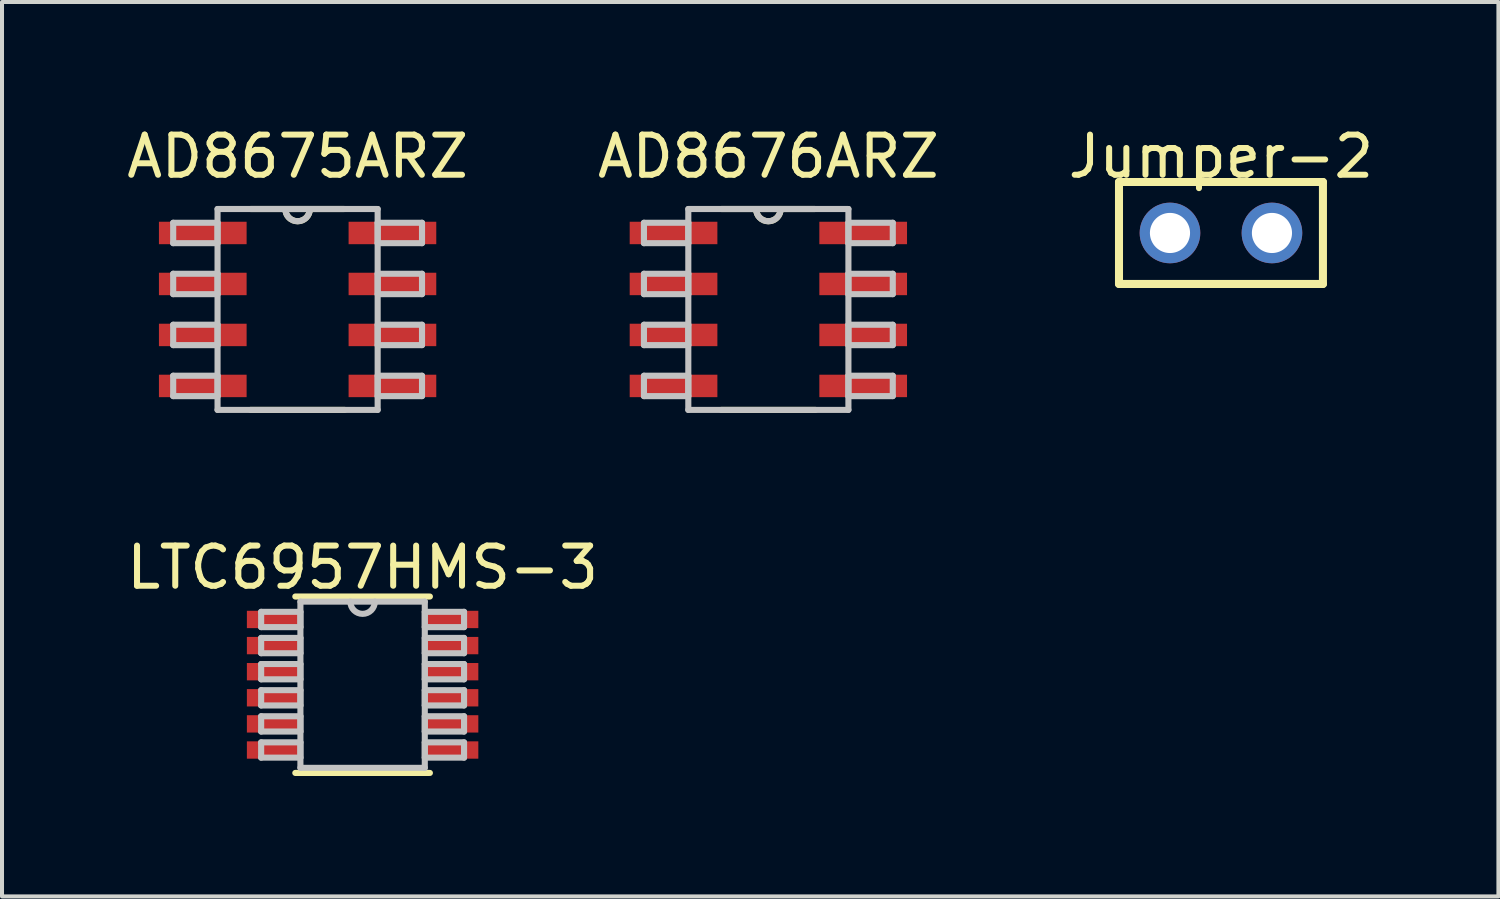
<source format=kicad_pcb>
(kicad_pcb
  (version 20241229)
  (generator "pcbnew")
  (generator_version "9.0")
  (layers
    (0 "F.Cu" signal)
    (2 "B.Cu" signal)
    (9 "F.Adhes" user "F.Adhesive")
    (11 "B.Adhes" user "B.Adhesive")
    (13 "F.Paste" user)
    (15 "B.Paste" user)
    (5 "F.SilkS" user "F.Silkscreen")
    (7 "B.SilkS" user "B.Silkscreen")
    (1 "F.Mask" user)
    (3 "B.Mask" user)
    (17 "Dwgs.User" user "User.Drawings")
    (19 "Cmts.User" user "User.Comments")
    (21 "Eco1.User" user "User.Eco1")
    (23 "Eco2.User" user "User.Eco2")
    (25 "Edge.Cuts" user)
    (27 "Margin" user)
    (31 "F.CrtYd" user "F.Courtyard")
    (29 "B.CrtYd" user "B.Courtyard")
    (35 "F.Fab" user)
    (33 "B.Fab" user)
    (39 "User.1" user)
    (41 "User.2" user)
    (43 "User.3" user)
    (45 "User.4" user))
  (footprint "AD8675ARZ"
    (layer "F.Cu")
    (at 4.363 4.658)
    (property "Reference" "AD8675ARZ" (at 0 -3.81 0) (layer "F.SilkS") (effects (font (size 1 1) (thickness 0.15))))
    (attr through_hole)
    (fp_line (start -1.17 2.502) (end 1.17 2.502) (stroke (width 0.152) (type solid)) (layer "F.SilkS"))
    (fp_line (start 1.17 -2.502) (end -1.17 -2.502) (stroke (width 0.152) (type solid)) (layer "F.SilkS"))
    (fp_arc (start 0.3048 -2.5019) (mid 0 -2.1971) (end -0.3048 -2.5019) (stroke (width 0.1524) (type solid)) (layer "F.SilkS"))
    (fp_line (start -3.099 -2.159) (end -3.099 -1.651) (stroke (width 0.152) (type solid)) (layer "Dwgs.User"))
    (fp_line (start -3.099 -1.651) (end -1.994 -1.651) (stroke (width 0.152) (type solid)) (layer "Dwgs.User"))
    (fp_line (start -3.099 -0.889) (end -3.099 -0.381) (stroke (width 0.152) (type solid)) (layer "Dwgs.User"))
    (fp_line (start -3.099 -0.381) (end -1.994 -0.381) (stroke (width 0.152) (type solid)) (layer "Dwgs.User"))
    (fp_line (start -3.099 0.381) (end -3.099 0.889) (stroke (width 0.152) (type solid)) (layer "Dwgs.User"))
    (fp_line (start -3.099 0.889) (end -1.994 0.889) (stroke (width 0.152) (type solid)) (layer "Dwgs.User"))
    (fp_line (start -3.099 1.651) (end -3.099 2.159) (stroke (width 0.152) (type solid)) (layer "Dwgs.User"))
    (fp_line (start -3.099 2.159) (end -1.994 2.159) (stroke (width 0.152) (type solid)) (layer "Dwgs.User"))
    (fp_line (start -1.994 -2.502) (end -1.994 2.502) (stroke (width 0.152) (type solid)) (layer "Dwgs.User"))
    (fp_line (start -1.994 -2.159) (end -3.099 -2.159) (stroke (width 0.152) (type solid)) (layer "Dwgs.User"))
    (fp_line (start -1.994 -1.651) (end -1.994 -2.159) (stroke (width 0.152) (type solid)) (layer "Dwgs.User"))
    (fp_line (start -1.994 -0.889) (end -3.099 -0.889) (stroke (width 0.152) (type solid)) (layer "Dwgs.User"))
    (fp_line (start -1.994 -0.381) (end -1.994 -0.889) (stroke (width 0.152) (type solid)) (layer "Dwgs.User"))
    (fp_line (start -1.994 0.381) (end -3.099 0.381) (stroke (width 0.152) (type solid)) (layer "Dwgs.User"))
    (fp_line (start -1.994 0.889) (end -1.994 0.381) (stroke (width 0.152) (type solid)) (layer "Dwgs.User"))
    (fp_line (start -1.994 1.651) (end -3.099 1.651) (stroke (width 0.152) (type solid)) (layer "Dwgs.User"))
    (fp_line (start -1.994 2.159) (end -1.994 1.651) (stroke (width 0.152) (type solid)) (layer "Dwgs.User"))
    (fp_line (start -1.994 2.502) (end 1.994 2.502) (stroke (width 0.152) (type solid)) (layer "Dwgs.User"))
    (fp_line (start 1.994 -2.502) (end -1.994 -2.502) (stroke (width 0.152) (type solid)) (layer "Dwgs.User"))
    (fp_line (start 1.994 -2.159) (end 1.994 -1.651) (stroke (width 0.152) (type solid)) (layer "Dwgs.User"))
    (fp_line (start 1.994 -1.651) (end 3.099 -1.651) (stroke (width 0.152) (type solid)) (layer "Dwgs.User"))
    (fp_line (start 1.994 -0.889) (end 1.994 -0.381) (stroke (width 0.152) (type solid)) (layer "Dwgs.User"))
    (fp_line (start 1.994 -0.381) (end 3.099 -0.381) (stroke (width 0.152) (type solid)) (layer "Dwgs.User"))
    (fp_line (start 1.994 0.381) (end 1.994 0.889) (stroke (width 0.152) (type solid)) (layer "Dwgs.User"))
    (fp_line (start 1.994 0.889) (end 3.099 0.889) (stroke (width 0.152) (type solid)) (layer "Dwgs.User"))
    (fp_line (start 1.994 1.651) (end 1.994 2.159) (stroke (width 0.152) (type solid)) (layer "Dwgs.User"))
    (fp_line (start 1.994 2.159) (end 3.099 2.159) (stroke (width 0.152) (type solid)) (layer "Dwgs.User"))
    (fp_line (start 1.994 2.502) (end 1.994 -2.502) (stroke (width 0.152) (type solid)) (layer "Dwgs.User"))
    (fp_line (start 3.099 -2.159) (end 1.994 -2.159) (stroke (width 0.152) (type solid)) (layer "Dwgs.User"))
    (fp_line (start 3.099 -1.651) (end 3.099 -2.159) (stroke (width 0.152) (type solid)) (layer "Dwgs.User"))
    (fp_line (start 3.099 -0.889) (end 1.994 -0.889) (stroke (width 0.152) (type solid)) (layer "Dwgs.User"))
    (fp_line (start 3.099 -0.381) (end 3.099 -0.889) (stroke (width 0.152) (type solid)) (layer "Dwgs.User"))
    (fp_line (start 3.099 0.381) (end 1.994 0.381) (stroke (width 0.152) (type solid)) (layer "Dwgs.User"))
    (fp_line (start 3.099 0.889) (end 3.099 0.381) (stroke (width 0.152) (type solid)) (layer "Dwgs.User"))
    (fp_line (start 3.099 1.651) (end 1.994 1.651) (stroke (width 0.152) (type solid)) (layer "Dwgs.User"))
    (fp_line (start 3.099 2.159) (end 3.099 1.651) (stroke (width 0.152) (type solid)) (layer "Dwgs.User"))
    (fp_arc (start 0.3048 -2.5019) (mid 0 -2.1971) (end -0.3048 -2.5019) (stroke (width 0.1524) (type solid)) (layer "Dwgs.User"))
    (pad "1" smd rect (at -2.362 -1.905) (size 2.184 0.559) (layers "F.Cu" "F.Mask" "F.Paste"))
    (pad "2" smd rect (at -2.362 -0.635) (size 2.184 0.559) (layers "F.Cu" "F.Mask" "F.Paste"))
    (pad "3" smd rect (at -2.362 0.635) (size 2.184 0.559) (layers "F.Cu" "F.Mask" "F.Paste"))
    (pad "4" smd rect (at -2.362 1.905) (size 2.184 0.559) (layers "F.Cu" "F.Mask" "F.Paste"))
    (pad "5" smd rect (at 2.362 1.905) (size 2.184 0.559) (layers "F.Cu" "F.Mask" "F.Paste"))
    (pad "6" smd rect (at 2.362 0.635) (size 2.184 0.559) (layers "F.Cu" "F.Mask" "F.Paste"))
    (pad "7" smd rect (at 2.362 -0.635) (size 2.184 0.559) (layers "F.Cu" "F.Mask" "F.Paste"))
    (pad "8" smd rect (at 2.362 -1.905) (size 2.184 0.559) (layers "F.Cu" "F.Mask" "F.Paste")))
  (footprint "LTC6957HMS-3"
    (layer "F.Cu")
    (at 5.982 14.006)
    (property "Reference" "LTC6957HMS-3" (at 0 -2.921 0) (layer "F.SilkS") (effects (font (size 1 1) (thickness 0.15))))
    (attr through_hole)
    (fp_line (start -1.676 2.197) (end 1.676 2.197) (stroke (width 0.152) (type solid)) (layer "F.SilkS"))
    (fp_line (start 1.676 -2.197) (end -1.676 -2.197) (stroke (width 0.152) (type solid)) (layer "F.SilkS"))
    (fp_line (start -2.527 -1.816) (end -2.527 -1.435) (stroke (width 0.152) (type solid)) (layer "Dwgs.User"))
    (fp_line (start -2.527 -1.435) (end -1.549 -1.435) (stroke (width 0.152) (type solid)) (layer "Dwgs.User"))
    (fp_line (start -2.527 -1.166) (end -2.527 -0.785) (stroke (width 0.152) (type solid)) (layer "Dwgs.User"))
    (fp_line (start -2.527 -0.785) (end -1.549 -0.785) (stroke (width 0.152) (type solid)) (layer "Dwgs.User"))
    (fp_line (start -2.527 -0.516) (end -2.527 -0.135) (stroke (width 0.152) (type solid)) (layer "Dwgs.User"))
    (fp_line (start -2.527 -0.135) (end -1.549 -0.135) (stroke (width 0.152) (type solid)) (layer "Dwgs.User"))
    (fp_line (start -2.527 0.135) (end -2.527 0.516) (stroke (width 0.152) (type solid)) (layer "Dwgs.User"))
    (fp_line (start -2.527 0.516) (end -1.549 0.516) (stroke (width 0.152) (type solid)) (layer "Dwgs.User"))
    (fp_line (start -2.527 0.785) (end -2.527 1.166) (stroke (width 0.152) (type solid)) (layer "Dwgs.User"))
    (fp_line (start -2.527 1.166) (end -1.549 1.166) (stroke (width 0.152) (type solid)) (layer "Dwgs.User"))
    (fp_line (start -2.527 1.435) (end -2.527 1.816) (stroke (width 0.152) (type solid)) (layer "Dwgs.User"))
    (fp_line (start -2.527 1.816) (end -1.549 1.816) (stroke (width 0.152) (type solid)) (layer "Dwgs.User"))
    (fp_line (start -1.549 -2.07) (end -1.549 2.07) (stroke (width 0.152) (type solid)) (layer "Dwgs.User"))
    (fp_line (start -1.549 -1.816) (end -2.527 -1.816) (stroke (width 0.152) (type solid)) (layer "Dwgs.User"))
    (fp_line (start -1.549 -1.435) (end -1.549 -1.816) (stroke (width 0.152) (type solid)) (layer "Dwgs.User"))
    (fp_line (start -1.549 -1.166) (end -2.527 -1.166) (stroke (width 0.152) (type solid)) (layer "Dwgs.User"))
    (fp_line (start -1.549 -0.785) (end -1.549 -1.166) (stroke (width 0.152) (type solid)) (layer "Dwgs.User"))
    (fp_line (start -1.549 -0.516) (end -2.527 -0.516) (stroke (width 0.152) (type solid)) (layer "Dwgs.User"))
    (fp_line (start -1.549 -0.135) (end -1.549 -0.516) (stroke (width 0.152) (type solid)) (layer "Dwgs.User"))
    (fp_line (start -1.549 0.135) (end -2.527 0.135) (stroke (width 0.152) (type solid)) (layer "Dwgs.User"))
    (fp_line (start -1.549 0.516) (end -1.549 0.135) (stroke (width 0.152) (type solid)) (layer "Dwgs.User"))
    (fp_line (start -1.549 0.785) (end -2.527 0.785) (stroke (width 0.152) (type solid)) (layer "Dwgs.User"))
    (fp_line (start -1.549 1.166) (end -1.549 0.785) (stroke (width 0.152) (type solid)) (layer "Dwgs.User"))
    (fp_line (start -1.549 1.435) (end -2.527 1.435) (stroke (width 0.152) (type solid)) (layer "Dwgs.User"))
    (fp_line (start -1.549 1.816) (end -1.549 1.435) (stroke (width 0.152) (type solid)) (layer "Dwgs.User"))
    (fp_line (start -1.549 2.07) (end 1.549 2.07) (stroke (width 0.152) (type solid)) (layer "Dwgs.User"))
    (fp_line (start 1.549 -2.07) (end -1.549 -2.07) (stroke (width 0.152) (type solid)) (layer "Dwgs.User"))
    (fp_line (start 1.549 -1.816) (end 1.549 -1.435) (stroke (width 0.152) (type solid)) (layer "Dwgs.User"))
    (fp_line (start 1.549 -1.435) (end 2.527 -1.435) (stroke (width 0.152) (type solid)) (layer "Dwgs.User"))
    (fp_line (start 1.549 -1.166) (end 1.549 -0.785) (stroke (width 0.152) (type solid)) (layer "Dwgs.User"))
    (fp_line (start 1.549 -0.785) (end 2.527 -0.785) (stroke (width 0.152) (type solid)) (layer "Dwgs.User"))
    (fp_line (start 1.549 -0.516) (end 1.549 -0.135) (stroke (width 0.152) (type solid)) (layer "Dwgs.User"))
    (fp_line (start 1.549 -0.135) (end 2.527 -0.135) (stroke (width 0.152) (type solid)) (layer "Dwgs.User"))
    (fp_line (start 1.549 0.135) (end 1.549 0.516) (stroke (width 0.152) (type solid)) (layer "Dwgs.User"))
    (fp_line (start 1.549 0.516) (end 2.527 0.516) (stroke (width 0.152) (type solid)) (layer "Dwgs.User"))
    (fp_line (start 1.549 0.785) (end 1.549 1.166) (stroke (width 0.152) (type solid)) (layer "Dwgs.User"))
    (fp_line (start 1.549 1.166) (end 2.527 1.166) (stroke (width 0.152) (type solid)) (layer "Dwgs.User"))
    (fp_line (start 1.549 1.435) (end 1.549 1.816) (stroke (width 0.152) (type solid)) (layer "Dwgs.User"))
    (fp_line (start 1.549 1.816) (end 2.527 1.816) (stroke (width 0.152) (type solid)) (layer "Dwgs.User"))
    (fp_line (start 1.549 2.07) (end 1.549 -2.07) (stroke (width 0.152) (type solid)) (layer "Dwgs.User"))
    (fp_line (start 2.527 -1.816) (end 1.549 -1.816) (stroke (width 0.152) (type solid)) (layer "Dwgs.User"))
    (fp_line (start 2.527 -1.435) (end 2.527 -1.816) (stroke (width 0.152) (type solid)) (layer "Dwgs.User"))
    (fp_line (start 2.527 -1.166) (end 1.549 -1.166) (stroke (width 0.152) (type solid)) (layer "Dwgs.User"))
    (fp_line (start 2.527 -0.785) (end 2.527 -1.166) (stroke (width 0.152) (type solid)) (layer "Dwgs.User"))
    (fp_line (start 2.527 -0.516) (end 1.549 -0.516) (stroke (width 0.152) (type solid)) (layer "Dwgs.User"))
    (fp_line (start 2.527 -0.135) (end 2.527 -0.516) (stroke (width 0.152) (type solid)) (layer "Dwgs.User"))
    (fp_line (start 2.527 0.135) (end 1.549 0.135) (stroke (width 0.152) (type solid)) (layer "Dwgs.User"))
    (fp_line (start 2.527 0.516) (end 2.527 0.135) (stroke (width 0.152) (type solid)) (layer "Dwgs.User"))
    (fp_line (start 2.527 0.785) (end 1.549 0.785) (stroke (width 0.152) (type solid)) (layer "Dwgs.User"))
    (fp_line (start 2.527 1.166) (end 2.527 0.785) (stroke (width 0.152) (type solid)) (layer "Dwgs.User"))
    (fp_line (start 2.527 1.435) (end 1.549 1.435) (stroke (width 0.152) (type solid)) (layer "Dwgs.User"))
    (fp_line (start 2.527 1.816) (end 2.527 1.435) (stroke (width 0.152) (type solid)) (layer "Dwgs.User"))
    (fp_arc (start 0.3048 -2.0701) (mid 0 -1.7653) (end -0.3048 -2.0701) (stroke (width 0.1524) (type solid)) (layer "Dwgs.User"))
    (pad "1" smd rect (at -2.184 -1.626) (size 1.397 0.432) (layers "F.Cu" "F.Mask" "F.Paste"))
    (pad "2" smd rect (at -2.184 -0.975) (size 1.397 0.432) (layers "F.Cu" "F.Mask" "F.Paste"))
    (pad "3" smd rect (at -2.184 -0.325) (size 1.397 0.432) (layers "F.Cu" "F.Mask" "F.Paste"))
    (pad "4" smd rect (at -2.184 0.325) (size 1.397 0.432) (layers "F.Cu" "F.Mask" "F.Paste"))
    (pad "5" smd rect (at -2.184 0.975) (size 1.397 0.432) (layers "F.Cu" "F.Mask" "F.Paste"))
    (pad "6" smd rect (at -2.184 1.626) (size 1.397 0.432) (layers "F.Cu" "F.Mask" "F.Paste"))
    (pad "7" smd rect (at 2.184 1.626) (size 1.397 0.432) (layers "F.Cu" "F.Mask" "F.Paste"))
    (pad "8" smd rect (at 2.184 0.975) (size 1.397 0.432) (layers "F.Cu" "F.Mask" "F.Paste"))
    (pad "9" smd rect (at 2.184 0.325) (size 1.397 0.432) (layers "F.Cu" "F.Mask" "F.Paste"))
    (pad "10" smd rect (at 2.184 -0.325) (size 1.397 0.432) (layers "F.Cu" "F.Mask" "F.Paste"))
    (pad "11" smd rect (at 2.184 -0.975) (size 1.397 0.432) (layers "F.Cu" "F.Mask" "F.Paste"))
    (pad "12" smd rect (at 2.184 -1.626) (size 1.397 0.432) (layers "F.Cu" "F.Mask" "F.Paste")))
  (footprint "Jumper-2"
    (layer "F.Cu")
    (at 27.363 2.753)
    (property "Reference" "Jumper-2" (at 0 -1.905 0) (layer "F.SilkS") (effects (font (size 1 1) (thickness 0.15))))
    (attr through_hole)
    (fp_line (start -2.54 -1.27) (end 2.54 -1.27) (stroke (width 0.2) (type solid)) (layer "F.SilkS"))
    (fp_line (start -2.54 1.27) (end -2.54 -1.27) (stroke (width 0.2) (type solid)) (layer "F.SilkS"))
    (fp_line (start 2.54 -1.27) (end 2.54 1.27) (stroke (width 0.2) (type solid)) (layer "F.SilkS"))
    (fp_line (start 2.54 1.27) (end -2.54 1.27) (stroke (width 0.2) (type solid)) (layer "F.SilkS"))
    (pad "1" thru_hole circle (at -1.27 0) (size 1.51 1.51) (drill 1) (layers "*.Cu" "*.Mask"))
    (pad "2" thru_hole circle (at 1.27 0) (size 1.51 1.51) (drill 1) (layers "*.Cu" "*.Mask")))
  (footprint "AD8676ARZ"
    (layer "F.Cu")
    (at 16.089 4.658)
    (property "Reference" "AD8676ARZ" (at 0 -3.81 0) (layer "F.SilkS") (effects (font (size 1 1) (thickness 0.15))))
    (attr through_hole)
    (fp_line (start -1.17 2.502) (end 1.17 2.502) (stroke (width 0.152) (type solid)) (layer "F.SilkS"))
    (fp_line (start 1.17 -2.502) (end -1.17 -2.502) (stroke (width 0.152) (type solid)) (layer "F.SilkS"))
    (fp_arc (start 0.3048 -2.5019) (mid 0 -2.1971) (end -0.3048 -2.5019) (stroke (width 0.1524) (type solid)) (layer "F.SilkS"))
    (fp_line (start -3.099 -2.159) (end -3.099 -1.651) (stroke (width 0.152) (type solid)) (layer "Dwgs.User"))
    (fp_line (start -3.099 -1.651) (end -1.994 -1.651) (stroke (width 0.152) (type solid)) (layer "Dwgs.User"))
    (fp_line (start -3.099 -0.889) (end -3.099 -0.381) (stroke (width 0.152) (type solid)) (layer "Dwgs.User"))
    (fp_line (start -3.099 -0.381) (end -1.994 -0.381) (stroke (width 0.152) (type solid)) (layer "Dwgs.User"))
    (fp_line (start -3.099 0.381) (end -3.099 0.889) (stroke (width 0.152) (type solid)) (layer "Dwgs.User"))
    (fp_line (start -3.099 0.889) (end -1.994 0.889) (stroke (width 0.152) (type solid)) (layer "Dwgs.User"))
    (fp_line (start -3.099 1.651) (end -3.099 2.159) (stroke (width 0.152) (type solid)) (layer "Dwgs.User"))
    (fp_line (start -3.099 2.159) (end -1.994 2.159) (stroke (width 0.152) (type solid)) (layer "Dwgs.User"))
    (fp_line (start -1.994 -2.502) (end -1.994 2.502) (stroke (width 0.152) (type solid)) (layer "Dwgs.User"))
    (fp_line (start -1.994 -2.159) (end -3.099 -2.159) (stroke (width 0.152) (type solid)) (layer "Dwgs.User"))
    (fp_line (start -1.994 -1.651) (end -1.994 -2.159) (stroke (width 0.152) (type solid)) (layer "Dwgs.User"))
    (fp_line (start -1.994 -0.889) (end -3.099 -0.889) (stroke (width 0.152) (type solid)) (layer "Dwgs.User"))
    (fp_line (start -1.994 -0.381) (end -1.994 -0.889) (stroke (width 0.152) (type solid)) (layer "Dwgs.User"))
    (fp_line (start -1.994 0.381) (end -3.099 0.381) (stroke (width 0.152) (type solid)) (layer "Dwgs.User"))
    (fp_line (start -1.994 0.889) (end -1.994 0.381) (stroke (width 0.152) (type solid)) (layer "Dwgs.User"))
    (fp_line (start -1.994 1.651) (end -3.099 1.651) (stroke (width 0.152) (type solid)) (layer "Dwgs.User"))
    (fp_line (start -1.994 2.159) (end -1.994 1.651) (stroke (width 0.152) (type solid)) (layer "Dwgs.User"))
    (fp_line (start -1.994 2.502) (end 1.994 2.502) (stroke (width 0.152) (type solid)) (layer "Dwgs.User"))
    (fp_line (start 1.994 -2.502) (end -1.994 -2.502) (stroke (width 0.152) (type solid)) (layer "Dwgs.User"))
    (fp_line (start 1.994 -2.159) (end 1.994 -1.651) (stroke (width 0.152) (type solid)) (layer "Dwgs.User"))
    (fp_line (start 1.994 -1.651) (end 3.099 -1.651) (stroke (width 0.152) (type solid)) (layer "Dwgs.User"))
    (fp_line (start 1.994 -0.889) (end 1.994 -0.381) (stroke (width 0.152) (type solid)) (layer "Dwgs.User"))
    (fp_line (start 1.994 -0.381) (end 3.099 -0.381) (stroke (width 0.152) (type solid)) (layer "Dwgs.User"))
    (fp_line (start 1.994 0.381) (end 1.994 0.889) (stroke (width 0.152) (type solid)) (layer "Dwgs.User"))
    (fp_line (start 1.994 0.889) (end 3.099 0.889) (stroke (width 0.152) (type solid)) (layer "Dwgs.User"))
    (fp_line (start 1.994 1.651) (end 1.994 2.159) (stroke (width 0.152) (type solid)) (layer "Dwgs.User"))
    (fp_line (start 1.994 2.159) (end 3.099 2.159) (stroke (width 0.152) (type solid)) (layer "Dwgs.User"))
    (fp_line (start 1.994 2.502) (end 1.994 -2.502) (stroke (width 0.152) (type solid)) (layer "Dwgs.User"))
    (fp_line (start 3.099 -2.159) (end 1.994 -2.159) (stroke (width 0.152) (type solid)) (layer "Dwgs.User"))
    (fp_line (start 3.099 -1.651) (end 3.099 -2.159) (stroke (width 0.152) (type solid)) (layer "Dwgs.User"))
    (fp_line (start 3.099 -0.889) (end 1.994 -0.889) (stroke (width 0.152) (type solid)) (layer "Dwgs.User"))
    (fp_line (start 3.099 -0.381) (end 3.099 -0.889) (stroke (width 0.152) (type solid)) (layer "Dwgs.User"))
    (fp_line (start 3.099 0.381) (end 1.994 0.381) (stroke (width 0.152) (type solid)) (layer "Dwgs.User"))
    (fp_line (start 3.099 0.889) (end 3.099 0.381) (stroke (width 0.152) (type solid)) (layer "Dwgs.User"))
    (fp_line (start 3.099 1.651) (end 1.994 1.651) (stroke (width 0.152) (type solid)) (layer "Dwgs.User"))
    (fp_line (start 3.099 2.159) (end 3.099 1.651) (stroke (width 0.152) (type solid)) (layer "Dwgs.User"))
    (fp_arc (start 0.3048 -2.5019) (mid 0 -2.1971) (end -0.3048 -2.5019) (stroke (width 0.1524) (type solid)) (layer "Dwgs.User"))
    (pad "1" smd rect (at -2.362 -1.905) (size 2.184 0.559) (layers "F.Cu" "F.Mask" "F.Paste"))
    (pad "2" smd rect (at -2.362 -0.635) (size 2.184 0.559) (layers "F.Cu" "F.Mask" "F.Paste"))
    (pad "3" smd rect (at -2.362 0.635) (size 2.184 0.559) (layers "F.Cu" "F.Mask" "F.Paste"))
    (pad "4" smd rect (at -2.362 1.905) (size 2.184 0.559) (layers "F.Cu" "F.Mask" "F.Paste"))
    (pad "5" smd rect (at 2.362 1.905) (size 2.184 0.559) (layers "F.Cu" "F.Mask" "F.Paste"))
    (pad "6" smd rect (at 2.362 0.635) (size 2.184 0.559) (layers "F.Cu" "F.Mask" "F.Paste"))
    (pad "7" smd rect (at 2.362 -0.635) (size 2.184 0.559) (layers "F.Cu" "F.Mask" "F.Paste"))
    (pad "8" smd rect (at 2.362 -1.905) (size 2.184 0.559) (layers "F.Cu" "F.Mask" "F.Paste")))
  (gr_rect
    (start -3 -3)
    (end 34.274 19.279)
    (stroke (width 0.1) (type default))
    (fill no)
    (layer "Edge.Cuts")))
</source>
